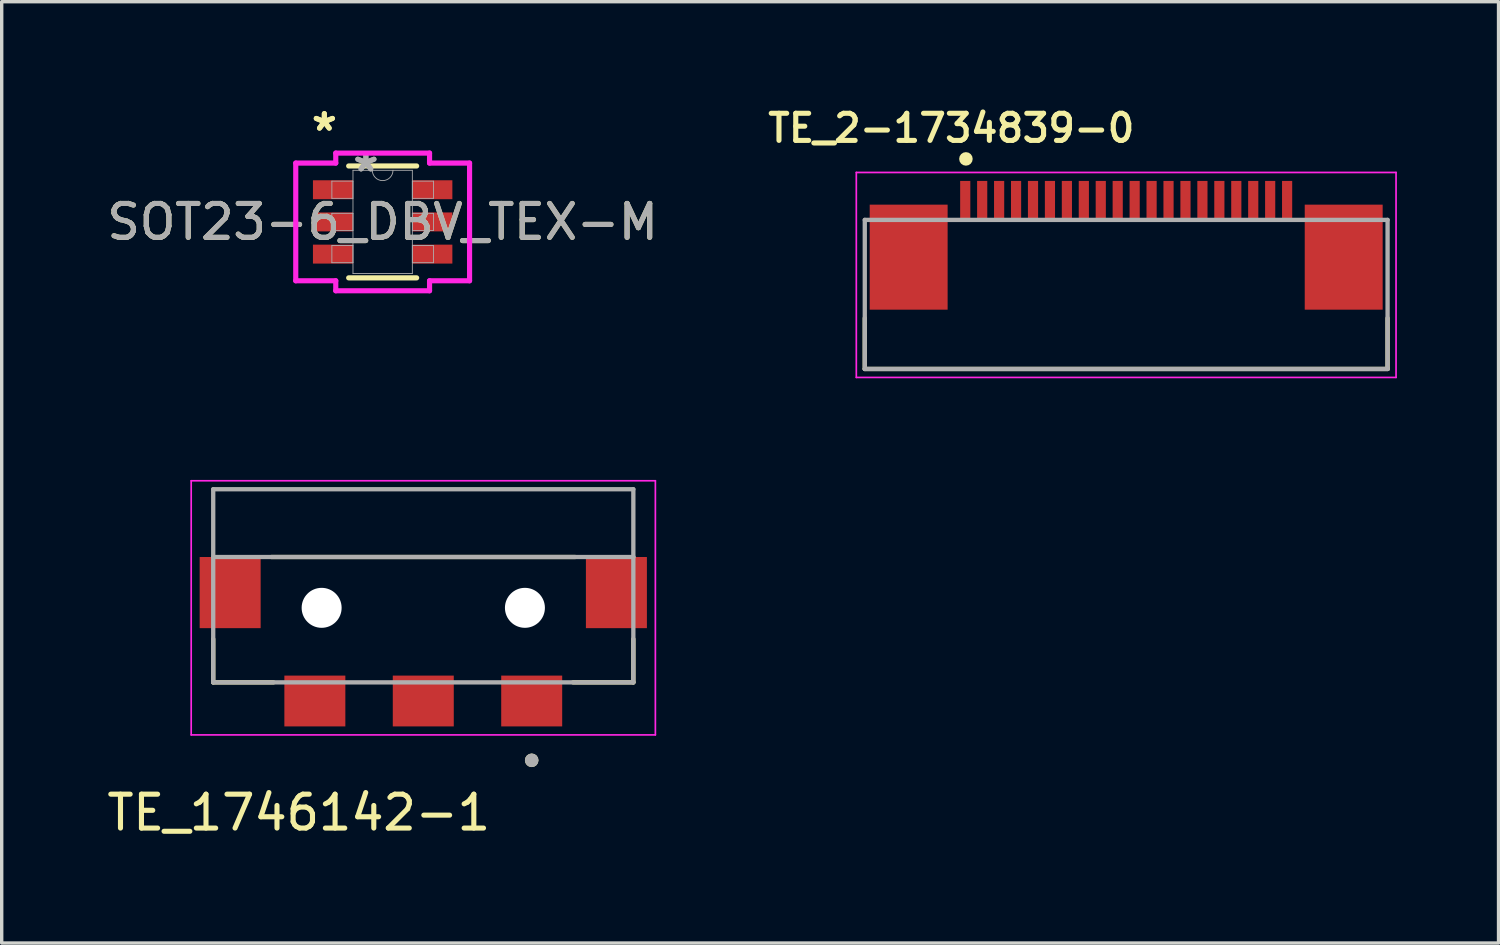
<source format=kicad_pcb>
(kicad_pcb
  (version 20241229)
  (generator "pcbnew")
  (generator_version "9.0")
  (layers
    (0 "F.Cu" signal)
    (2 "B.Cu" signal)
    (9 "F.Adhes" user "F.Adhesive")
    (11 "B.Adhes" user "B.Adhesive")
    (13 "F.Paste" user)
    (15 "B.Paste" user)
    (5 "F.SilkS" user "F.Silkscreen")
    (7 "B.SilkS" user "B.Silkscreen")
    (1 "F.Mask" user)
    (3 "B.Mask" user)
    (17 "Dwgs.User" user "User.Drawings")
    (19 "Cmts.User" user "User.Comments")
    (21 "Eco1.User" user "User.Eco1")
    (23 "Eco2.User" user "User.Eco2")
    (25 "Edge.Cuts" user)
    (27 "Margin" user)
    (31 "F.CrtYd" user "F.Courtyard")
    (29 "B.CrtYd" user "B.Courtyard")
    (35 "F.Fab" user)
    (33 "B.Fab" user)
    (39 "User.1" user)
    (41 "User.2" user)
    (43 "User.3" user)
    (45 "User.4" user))
  (footprint "SOT23-6_DBV_TEX-M"
    (layer "F.Cu")
    (at 8.244 3.5)
    (property "Reference" "SOT23-6_DBV_TEX-M" (at 0 0 0) (unlocked yes) (layer "F.SilkS") (effects (font (size 1 1) (thickness 0.15))))
    (attr smd)
    (fp_line (start -1.003 1.651) (end 1.003 1.651) (stroke (width 0.152) (type solid)) (layer "F.SilkS"))
    (fp_line (start 1.003 -1.651) (end -1.003 -1.651) (stroke (width 0.152) (type solid)) (layer "F.SilkS"))
    (fp_line (start -2.565 -1.737) (end -1.384 -1.737) (stroke (width 0.152) (type solid)) (layer "F.CrtYd"))
    (fp_line (start -2.565 1.737) (end -2.565 -1.737) (stroke (width 0.152) (type solid)) (layer "F.CrtYd"))
    (fp_line (start -2.565 1.737) (end -1.384 1.737) (stroke (width 0.152) (type solid)) (layer "F.CrtYd"))
    (fp_line (start -1.384 -2.032) (end 1.384 -2.032) (stroke (width 0.152) (type solid)) (layer "F.CrtYd"))
    (fp_line (start -1.384 -1.737) (end -1.384 -2.032) (stroke (width 0.152) (type solid)) (layer "F.CrtYd"))
    (fp_line (start -1.384 2.032) (end -1.384 1.737) (stroke (width 0.152) (type solid)) (layer "F.CrtYd"))
    (fp_line (start 1.384 -2.032) (end 1.384 -1.737) (stroke (width 0.152) (type solid)) (layer "F.CrtYd"))
    (fp_line (start 1.384 1.737) (end 1.384 2.032) (stroke (width 0.152) (type solid)) (layer "F.CrtYd"))
    (fp_line (start 1.384 2.032) (end -1.384 2.032) (stroke (width 0.152) (type solid)) (layer "F.CrtYd"))
    (fp_line (start 2.565 -1.737) (end 1.384 -1.737) (stroke (width 0.152) (type solid)) (layer "F.CrtYd"))
    (fp_line (start 2.565 -1.737) (end 2.565 1.737) (stroke (width 0.152) (type solid)) (layer "F.CrtYd"))
    (fp_line (start 2.565 1.737) (end 1.384 1.737) (stroke (width 0.152) (type solid)) (layer "F.CrtYd"))
    (fp_line (start -1.499 -1.204) (end -1.499 -0.696) (stroke (width 0.025) (type solid)) (layer "F.Fab"))
    (fp_line (start -1.499 -0.696) (end -0.876 -0.696) (stroke (width 0.025) (type solid)) (layer "F.Fab"))
    (fp_line (start -1.499 -0.254) (end -1.499 0.254) (stroke (width 0.025) (type solid)) (layer "F.Fab"))
    (fp_line (start -1.499 0.254) (end -0.876 0.254) (stroke (width 0.025) (type solid)) (layer "F.Fab"))
    (fp_line (start -1.499 0.696) (end -1.499 1.204) (stroke (width 0.025) (type solid)) (layer "F.Fab"))
    (fp_line (start -1.499 1.204) (end -0.876 1.204) (stroke (width 0.025) (type solid)) (layer "F.Fab"))
    (fp_line (start -0.876 -1.524) (end -0.876 1.524) (stroke (width 0.025) (type solid)) (layer "F.Fab"))
    (fp_line (start -0.876 -1.204) (end -1.499 -1.204) (stroke (width 0.025) (type solid)) (layer "F.Fab"))
    (fp_line (start -0.876 -0.696) (end -0.876 -1.204) (stroke (width 0.025) (type solid)) (layer "F.Fab"))
    (fp_line (start -0.876 -0.254) (end -1.499 -0.254) (stroke (width 0.025) (type solid)) (layer "F.Fab"))
    (fp_line (start -0.876 0.254) (end -0.876 -0.254) (stroke (width 0.025) (type solid)) (layer "F.Fab"))
    (fp_line (start -0.876 0.696) (end -1.499 0.696) (stroke (width 0.025) (type solid)) (layer "F.Fab"))
    (fp_line (start -0.876 1.204) (end -0.876 0.696) (stroke (width 0.025) (type solid)) (layer "F.Fab"))
    (fp_line (start -0.876 1.524) (end 0.876 1.524) (stroke (width 0.025) (type solid)) (layer "F.Fab"))
    (fp_line (start 0.876 -1.524) (end -0.876 -1.524) (stroke (width 0.025) (type solid)) (layer "F.Fab"))
    (fp_line (start 0.876 -1.204) (end 0.876 -0.696) (stroke (width 0.025) (type solid)) (layer "F.Fab"))
    (fp_line (start 0.876 -0.696) (end 1.499 -0.696) (stroke (width 0.025) (type solid)) (layer "F.Fab"))
    (fp_line (start 0.876 -0.254) (end 0.876 0.254) (stroke (width 0.025) (type solid)) (layer "F.Fab"))
    (fp_line (start 0.876 0.254) (end 1.499 0.254) (stroke (width 0.025) (type solid)) (layer "F.Fab"))
    (fp_line (start 0.876 0.696) (end 0.876 1.204) (stroke (width 0.025) (type solid)) (layer "F.Fab"))
    (fp_line (start 0.876 1.204) (end 1.499 1.204) (stroke (width 0.025) (type solid)) (layer "F.Fab"))
    (fp_line (start 0.876 1.524) (end 0.876 -1.524) (stroke (width 0.025) (type solid)) (layer "F.Fab"))
    (fp_line (start 1.499 -1.204) (end 0.876 -1.204) (stroke (width 0.025) (type solid)) (layer "F.Fab"))
    (fp_line (start 1.499 -0.696) (end 1.499 -1.204) (stroke (width 0.025) (type solid)) (layer "F.Fab"))
    (fp_line (start 1.499 -0.254) (end 0.876 -0.254) (stroke (width 0.025) (type solid)) (layer "F.Fab"))
    (fp_line (start 1.499 0.254) (end 1.499 -0.254) (stroke (width 0.025) (type solid)) (layer "F.Fab"))
    (fp_line (start 1.499 0.696) (end 0.876 0.696) (stroke (width 0.025) (type solid)) (layer "F.Fab"))
    (fp_line (start 1.499 1.204) (end 1.499 0.696) (stroke (width 0.025) (type solid)) (layer "F.Fab"))
    (fp_arc (start 0.3048 -1.524) (mid 0 -1.2192) (end -0.3048 -1.524) (stroke (width 0.0254) (type solid)) (layer "F.Fab"))
    (fp_text user "*" (at -1.721 -2.652 0) (unlocked yes) (layer "F.SilkS") (effects (font (size 1 1) (thickness 0.15))))
    (fp_text user "*" (at -1.721 -2.652 0) (layer "F.SilkS") (effects (font (size 1 1) (thickness 0.15))))
    (fp_text user "${REFERENCE}" (at 0 0 0) (unlocked yes) (layer "F.Fab") (effects (font (size 1 1) (thickness 0.15))))
    (fp_text user "*" (at -0.495 -1.448 0) (unlocked yes) (layer "F.Fab") (effects (font (size 1 1) (thickness 0.15))))
    (fp_text user "*" (at -0.495 -1.448 0) (layer "F.Fab") (effects (font (size 1 1) (thickness 0.15))))
    (pad "1" smd rect (at -1.467 -0.95) (size 1.181 0.559) (layers "F.Cu" "F.Mask" "F.Paste"))
    (pad "2" smd rect (at -1.467 0) (size 1.181 0.559) (layers "F.Cu" "F.Mask" "F.Paste"))
    (pad "3" smd rect (at -1.467 0.95) (size 1.181 0.559) (layers "F.Cu" "F.Mask" "F.Paste"))
    (pad "4" smd rect (at 1.467 0.95) (size 1.181 0.559) (layers "F.Cu" "F.Mask" "F.Paste"))
    (pad "5" smd rect (at 1.467 0) (size 1.181 0.559) (layers "F.Cu" "F.Mask" "F.Paste"))
    (pad "6" smd rect (at 1.467 -0.95) (size 1.181 0.559) (layers "F.Cu" "F.Mask" "F.Paste")))
  (footprint "TE_2-1734839-0"
    (layer "F.Cu")
    (at 30.189 2.84)
    (property "Reference" "TE_2-1734839-0" (at -5.162 -2.109 0) (layer "F.SilkS") (effects (font (size 0.8 0.8) (thickness 0.15))))
    (attr smd)
    (fp_line (start -7.715 3.5) (end -7.715 5) (stroke (width 0.127) (type solid)) (layer "F.SilkS"))
    (fp_line (start -7.715 5) (end 7.715 5) (stroke (width 0.127) (type solid)) (layer "F.SilkS"))
    (fp_line (start 7.715 5) (end 7.715 3.5) (stroke (width 0.127) (type solid)) (layer "F.SilkS"))
    (fp_circle (center -4.73 -1.2) (end -4.63 -1.2) (stroke (width 0.2) (type solid)) (fill no) (layer "F.SilkS"))
    (fp_line (start -7.965 -0.8) (end 7.965 -0.8) (stroke (width 0.05) (type solid)) (layer "F.CrtYd"))
    (fp_line (start -7.965 5.25) (end -7.965 -0.8) (stroke (width 0.05) (type solid)) (layer "F.CrtYd"))
    (fp_line (start 7.965 -0.8) (end 7.965 5.25) (stroke (width 0.05) (type solid)) (layer "F.CrtYd"))
    (fp_line (start 7.965 5.25) (end -7.965 5.25) (stroke (width 0.05) (type solid)) (layer "F.CrtYd"))
    (fp_line (start -7.715 0.6) (end 7.715 0.6) (stroke (width 0.127) (type solid)) (layer "F.Fab"))
    (fp_line (start -7.715 5) (end -7.715 0.6) (stroke (width 0.127) (type solid)) (layer "F.Fab"))
    (fp_line (start 7.715 0.6) (end 7.715 5) (stroke (width 0.127) (type solid)) (layer "F.Fab"))
    (fp_line (start 7.715 5) (end -7.715 5) (stroke (width 0.127) (type solid)) (layer "F.Fab"))
    (pad "1" smd rect (at -4.75 0) (size 0.3 1.1) (layers "F.Cu" "F.Mask" "F.Paste"))
    (pad "2" smd rect (at -4.25 0) (size 0.3 1.1) (layers "F.Cu" "F.Mask" "F.Paste"))
    (pad "3" smd rect (at -3.75 0) (size 0.3 1.1) (layers "F.Cu" "F.Mask" "F.Paste"))
    (pad "4" smd rect (at -3.25 0) (size 0.3 1.1) (layers "F.Cu" "F.Mask" "F.Paste"))
    (pad "5" smd rect (at -2.75 0) (size 0.3 1.1) (layers "F.Cu" "F.Mask" "F.Paste"))
    (pad "6" smd rect (at -2.25 0) (size 0.3 1.1) (layers "F.Cu" "F.Mask" "F.Paste"))
    (pad "7" smd rect (at -1.75 0) (size 0.3 1.1) (layers "F.Cu" "F.Mask" "F.Paste"))
    (pad "8" smd rect (at -1.25 0) (size 0.3 1.1) (layers "F.Cu" "F.Mask" "F.Paste"))
    (pad "9" smd rect (at -0.75 0) (size 0.3 1.1) (layers "F.Cu" "F.Mask" "F.Paste"))
    (pad "10" smd rect (at -0.25 0) (size 0.3 1.1) (layers "F.Cu" "F.Mask" "F.Paste"))
    (pad "11" smd rect (at 0.25 0) (size 0.3 1.1) (layers "F.Cu" "F.Mask" "F.Paste"))
    (pad "12" smd rect (at 0.75 0) (size 0.3 1.1) (layers "F.Cu" "F.Mask" "F.Paste"))
    (pad "13" smd rect (at 1.25 0) (size 0.3 1.1) (layers "F.Cu" "F.Mask" "F.Paste"))
    (pad "14" smd rect (at 1.75 0) (size 0.3 1.1) (layers "F.Cu" "F.Mask" "F.Paste"))
    (pad "15" smd rect (at 2.25 0) (size 0.3 1.1) (layers "F.Cu" "F.Mask" "F.Paste"))
    (pad "16" smd rect (at 2.75 0) (size 0.3 1.1) (layers "F.Cu" "F.Mask" "F.Paste"))
    (pad "17" smd rect (at 3.25 0) (size 0.3 1.1) (layers "F.Cu" "F.Mask" "F.Paste"))
    (pad "18" smd rect (at 3.75 0) (size 0.3 1.1) (layers "F.Cu" "F.Mask" "F.Paste"))
    (pad "19" smd rect (at 4.25 0) (size 0.3 1.1) (layers "F.Cu" "F.Mask" "F.Paste"))
    (pad "20" smd rect (at 4.75 0) (size 0.3 1.1) (layers "F.Cu" "F.Mask" "F.Paste"))
    (pad "S1" smd rect (at -6.42 1.7) (size 2.3 3.1) (layers "F.Cu" "F.Mask" "F.Paste"))
    (pad "S2" smd rect (at 6.42 1.7) (size 2.3 3.1) (layers "F.Cu" "F.Mask" "F.Paste")))
  (footprint "TE_1746142-1"
    (layer "F.Cu")
    (at 9.443 14.89)
    (property "Reference" "TE_1746142-1" (at -3.675 6.045 0) (layer "F.SilkS") (effects (font (size 1 1) (thickness 0.15))))
    (attr smd)
    (fp_line (start -6.2 2.2) (end -6.2 0.92) (stroke (width 0.127) (type solid)) (layer "F.SilkS"))
    (fp_line (start -4.48 -1.5) (end 4.48 -1.5) (stroke (width 0.127) (type solid)) (layer "F.SilkS"))
    (fp_line (start -4.42 2.2) (end -6.2 2.2) (stroke (width 0.127) (type solid)) (layer "F.SilkS"))
    (fp_line (start 6.2 2.2) (end 4.42 2.2) (stroke (width 0.127) (type solid)) (layer "F.SilkS"))
    (fp_line (start 6.2 2.2) (end 6.2 0.92) (stroke (width 0.127) (type solid)) (layer "F.SilkS"))
    (fp_circle (center 3.2 4.5) (end 3.3 4.5) (stroke (width 0.2) (type solid)) (fill no) (layer "F.SilkS"))
    (fp_line (start -6.85 -3.75) (end -6.85 3.75) (stroke (width 0.05) (type solid)) (layer "F.CrtYd"))
    (fp_line (start -6.85 3.75) (end 6.85 3.75) (stroke (width 0.05) (type solid)) (layer "F.CrtYd"))
    (fp_line (start 6.85 -3.75) (end -6.85 -3.75) (stroke (width 0.05) (type solid)) (layer "F.CrtYd"))
    (fp_line (start 6.85 3.75) (end 6.85 -3.75) (stroke (width 0.05) (type solid)) (layer "F.CrtYd"))
    (fp_line (start -6.2 -3.5) (end 6.2 -3.5) (stroke (width 0.127) (type solid)) (layer "F.Fab"))
    (fp_line (start -6.2 -1.5) (end -6.2 -3.5) (stroke (width 0.127) (type solid)) (layer "F.Fab"))
    (fp_line (start -6.2 -1.5) (end 6.2 -1.5) (stroke (width 0.127) (type solid)) (layer "F.Fab"))
    (fp_line (start -6.2 2.2) (end -6.2 -1.5) (stroke (width 0.127) (type solid)) (layer "F.Fab"))
    (fp_line (start 6.2 -3.5) (end 6.2 -1.5) (stroke (width 0.127) (type solid)) (layer "F.Fab"))
    (fp_line (start 6.2 -1.5) (end 6.2 2.2) (stroke (width 0.127) (type solid)) (layer "F.Fab"))
    (fp_line (start 6.2 2.2) (end -6.2 2.2) (stroke (width 0.127) (type solid)) (layer "F.Fab"))
    (fp_circle (center 3.2 4.5) (end 3.3 4.5) (stroke (width 0.2) (type solid)) (fill no) (layer "F.Fab"))
    (pad "" np_thru_hole circle (at -3 0) (size 1.18 1.18) (drill 1.18) (layers "*.Cu" "*.Mask"))
    (pad "" np_thru_hole circle (at 3 0) (size 1.18 1.18) (drill 1.18) (layers "*.Cu" "*.Mask"))
    (pad "1" smd rect (at 3.2 2.75) (size 1.8 1.5) (layers "F.Cu" "F.Mask" "F.Paste"))
    (pad "2" smd rect (at 0 2.75) (size 1.8 1.5) (layers "F.Cu" "F.Mask" "F.Paste"))
    (pad "3" smd rect (at -3.2 2.75) (size 1.8 1.5) (layers "F.Cu" "F.Mask" "F.Paste"))
    (pad "SH1" smd rect (at -5.7 -0.45) (size 1.8 2.1) (layers "F.Cu" "F.Mask" "F.Paste"))
    (pad "SH2" smd rect (at 5.7 -0.45) (size 1.8 2.1) (layers "F.Cu" "F.Mask" "F.Paste")))
  (gr_rect
    (start -3 -3)
    (end 41.179 24.784)
    (stroke (width 0.1) (type default))
    (fill no)
    (layer "Edge.Cuts")))
</source>
